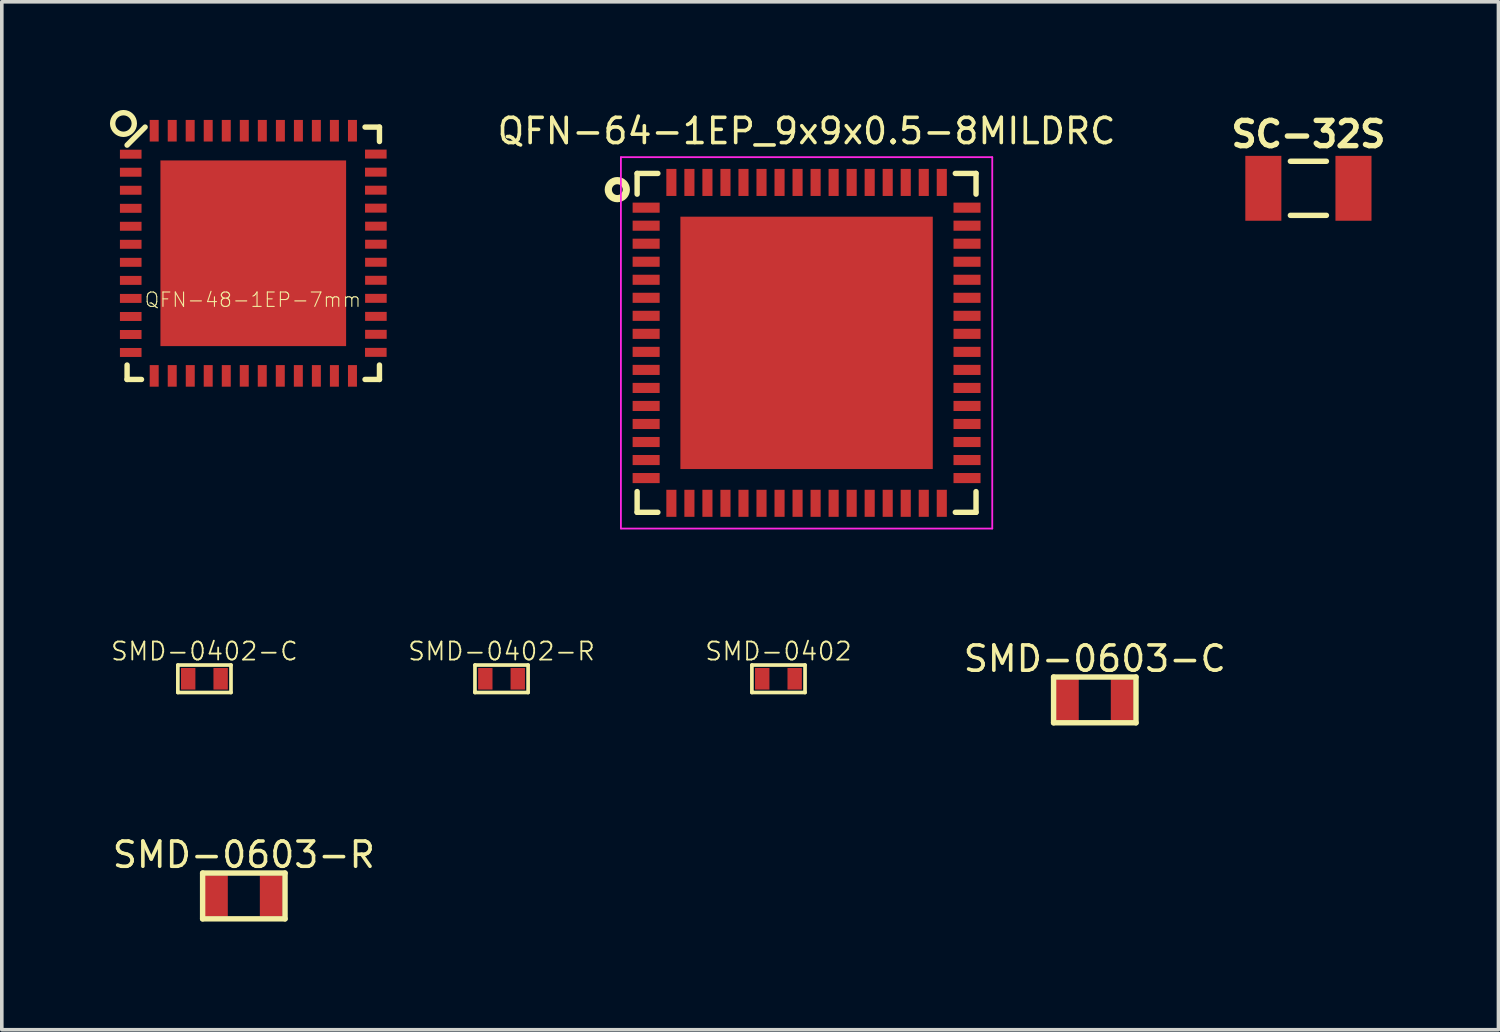
<source format=kicad_pcb>
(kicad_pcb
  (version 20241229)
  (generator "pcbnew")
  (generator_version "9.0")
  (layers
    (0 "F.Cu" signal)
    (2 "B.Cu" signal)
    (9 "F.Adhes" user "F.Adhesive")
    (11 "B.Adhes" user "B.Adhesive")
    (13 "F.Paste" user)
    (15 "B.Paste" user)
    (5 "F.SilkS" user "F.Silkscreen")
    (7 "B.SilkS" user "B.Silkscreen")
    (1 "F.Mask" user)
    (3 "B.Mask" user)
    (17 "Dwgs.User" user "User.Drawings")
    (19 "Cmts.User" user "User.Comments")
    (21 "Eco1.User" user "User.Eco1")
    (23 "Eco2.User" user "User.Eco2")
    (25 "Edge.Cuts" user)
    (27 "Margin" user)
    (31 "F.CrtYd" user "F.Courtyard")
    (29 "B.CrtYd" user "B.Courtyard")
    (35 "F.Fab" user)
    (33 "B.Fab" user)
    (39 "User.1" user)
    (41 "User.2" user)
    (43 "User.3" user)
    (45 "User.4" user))
  (footprint "QFN-48-1EP-7mm"
    (layer "F.Cu")
    (at 3.975 3.975)
    (property "Reference" "QFN-48-1EP-7mm" (at -0.01 1.29 0) (layer "F.SilkS") (effects (font (size 0.4 0.4) (thickness 0.03))))
    (attr smd)
    (fp_line (start -3.5 3.1) (end -3.5 3.5) (stroke (width 0.15) (type solid)) (layer "F.SilkS"))
    (fp_line (start -3.5 3.5) (end -3.1 3.5) (stroke (width 0.15) (type solid)) (layer "F.SilkS"))
    (fp_line (start -3 -3.5) (end -3.5 -3) (stroke (width 0.15) (type solid)) (layer "F.SilkS"))
    (fp_line (start 3.1 -3.5) (end 3.5 -3.5) (stroke (width 0.15) (type solid)) (layer "F.SilkS"))
    (fp_line (start 3.5 -3.5) (end 3.5 -3.1) (stroke (width 0.15) (type solid)) (layer "F.SilkS"))
    (fp_line (start 3.5 3.1) (end 3.5 3.5) (stroke (width 0.15) (type solid)) (layer "F.SilkS"))
    (fp_line (start 3.5 3.5) (end 3.1 3.5) (stroke (width 0.15) (type solid)) (layer "F.SilkS"))
    (fp_circle (center -3.6 -3.6) (end -3.6 -3.9) (stroke (width 0.15) (type solid)) (fill no) (layer "F.SilkS"))
    (pad "1" smd rect (at -3.399 -2.748) (size 0.599 0.249) (layers "F.Cu" "F.Mask" "F.Paste"))
    (pad "2" smd rect (at -3.399 -2.248) (size 0.599 0.249) (layers "F.Cu" "F.Mask" "F.Paste"))
    (pad "3" smd rect (at -3.399 -1.748) (size 0.599 0.249) (layers "F.Cu" "F.Mask" "F.Paste"))
    (pad "4" smd rect (at -3.399 -1.247) (size 0.599 0.249) (layers "F.Cu" "F.Mask" "F.Paste"))
    (pad "5" smd rect (at -3.399 -0.749) (size 0.599 0.249) (layers "F.Cu" "F.Mask" "F.Paste"))
    (pad "6" smd rect (at -3.399 -0.249) (size 0.599 0.249) (layers "F.Cu" "F.Mask" "F.Paste"))
    (pad "7" smd rect (at -3.399 0.251) (size 0.599 0.249) (layers "F.Cu" "F.Mask" "F.Paste"))
    (pad "8" smd rect (at -3.399 0.752) (size 0.599 0.249) (layers "F.Cu" "F.Mask" "F.Paste"))
    (pad "9" smd rect (at -3.399 1.252) (size 0.599 0.249) (layers "F.Cu" "F.Mask" "F.Paste"))
    (pad "10" smd rect (at -3.399 1.753) (size 0.599 0.249) (layers "F.Cu" "F.Mask" "F.Paste"))
    (pad "11" smd rect (at -3.399 2.253) (size 0.599 0.249) (layers "F.Cu" "F.Mask" "F.Paste"))
    (pad "12" smd rect (at -3.399 2.751) (size 0.599 0.249) (layers "F.Cu" "F.Mask" "F.Paste"))
    (pad "13" smd rect (at -2.748 3.401) (size 0.249 0.599) (layers "F.Cu" "F.Mask" "F.Paste"))
    (pad "14" smd rect (at -2.248 3.401) (size 0.249 0.599) (layers "F.Cu" "F.Mask" "F.Paste"))
    (pad "15" smd rect (at -1.748 3.401) (size 0.249 0.599) (layers "F.Cu" "F.Mask" "F.Paste"))
    (pad "16" smd rect (at -1.25 3.401) (size 0.249 0.599) (layers "F.Cu" "F.Mask" "F.Paste"))
    (pad "17" smd rect (at -0.749 3.401) (size 0.249 0.599) (layers "F.Cu" "F.Mask" "F.Paste"))
    (pad "18" smd rect (at -0.25 3.4) (size 0.249 0.599) (layers "F.Cu" "F.Mask" "F.Paste"))
    (pad "19" smd rect (at 0.249 3.401) (size 0.249 0.599) (layers "F.Cu" "F.Mask" "F.Paste"))
    (pad "20" smd rect (at 0.749 3.401) (size 0.249 0.599) (layers "F.Cu" "F.Mask" "F.Paste"))
    (pad "21" smd rect (at 1.25 3.401) (size 0.249 0.599) (layers "F.Cu" "F.Mask" "F.Paste"))
    (pad "22" smd rect (at 1.75 3.401) (size 0.249 0.599) (layers "F.Cu" "F.Mask" "F.Paste"))
    (pad "23" smd rect (at 2.25 3.401) (size 0.249 0.599) (layers "F.Cu" "F.Mask" "F.Paste"))
    (pad "24" smd rect (at 2.751 3.401) (size 0.249 0.599) (layers "F.Cu" "F.Mask" "F.Paste"))
    (pad "25" smd rect (at 3.399 2.748) (size 0.599 0.249) (layers "F.Cu" "F.Mask" "F.Paste"))
    (pad "26" smd rect (at 3.401 2.248) (size 0.599 0.249) (layers "F.Cu" "F.Mask" "F.Paste"))
    (pad "27" smd rect (at 3.401 1.75) (size 0.599 0.249) (layers "F.Cu" "F.Mask" "F.Paste"))
    (pad "28" smd rect (at 3.401 1.25) (size 0.599 0.249) (layers "F.Cu" "F.Mask" "F.Paste"))
    (pad "29" smd rect (at 3.401 0.749) (size 0.599 0.249) (layers "F.Cu" "F.Mask" "F.Paste"))
    (pad "30" smd rect (at 3.401 0.249) (size 0.599 0.249) (layers "F.Cu" "F.Mask" "F.Paste"))
    (pad "31" smd rect (at 3.401 -0.251) (size 0.599 0.249) (layers "F.Cu" "F.Mask" "F.Paste"))
    (pad "32" smd rect (at 3.401 -0.752) (size 0.599 0.249) (layers "F.Cu" "F.Mask" "F.Paste"))
    (pad "33" smd rect (at 3.399 -1.252) (size 0.599 0.249) (layers "F.Cu" "F.Mask" "F.Paste"))
    (pad "34" smd rect (at 3.399 -1.75) (size 0.599 0.249) (layers "F.Cu" "F.Mask" "F.Paste"))
    (pad "35" smd rect (at 3.399 -2.25) (size 0.599 0.249) (layers "F.Cu" "F.Mask" "F.Paste"))
    (pad "36" smd rect (at 3.399 -2.751) (size 0.599 0.249) (layers "F.Cu" "F.Mask" "F.Paste"))
    (pad "37" smd rect (at 2.751 -3.399) (size 0.249 0.599) (layers "F.Cu" "F.Mask" "F.Paste"))
    (pad "38" smd rect (at 2.25 -3.399) (size 0.249 0.599) (layers "F.Cu" "F.Mask" "F.Paste"))
    (pad "39" smd rect (at 1.75 -3.399) (size 0.249 0.599) (layers "F.Cu" "F.Mask" "F.Paste"))
    (pad "40" smd rect (at 1.252 -3.399) (size 0.249 0.599) (layers "F.Cu" "F.Mask" "F.Paste"))
    (pad "41" smd rect (at 0.752 -3.399) (size 0.249 0.599) (layers "F.Cu" "F.Mask" "F.Paste"))
    (pad "42" smd rect (at 0.251 -3.399) (size 0.249 0.599) (layers "F.Cu" "F.Mask" "F.Paste"))
    (pad "43" smd rect (at -0.249 -3.399) (size 0.249 0.599) (layers "F.Cu" "F.Mask" "F.Paste"))
    (pad "44" smd rect (at -0.749 -3.399) (size 0.249 0.599) (layers "F.Cu" "F.Mask" "F.Paste"))
    (pad "45" smd rect (at -1.25 -3.399) (size 0.249 0.599) (layers "F.Cu" "F.Mask" "F.Paste"))
    (pad "46" smd rect (at -1.75 -3.399) (size 0.249 0.599) (layers "F.Cu" "F.Mask" "F.Paste"))
    (pad "47" smd rect (at -2.248 -3.399) (size 0.249 0.599) (layers "F.Cu" "F.Mask" "F.Paste"))
    (pad "48" smd rect (at -2.748 -3.399) (size 0.249 0.599) (layers "F.Cu" "F.Mask" "F.Paste"))
    (pad "49" smd rect (at 0 0 270) (size 5.15 5.15) (layers "F.Cu" "F.Mask" "F.Paste")))
  (footprint "SMD-0603-C"
    (layer "F.Cu")
    (at 27.316 16.363)
    (property "Reference" "SMD-0603-C" (at 0 -1.143 0) (layer "F.SilkS") (effects (font (size 0.7 0.7) (thickness 0.1))))
    (attr smd)
    (fp_line (start -1.143 -0.635) (end 1.143 -0.635) (stroke (width 0.15) (type solid)) (layer "F.SilkS"))
    (fp_line (start -1.143 0.635) (end -1.143 -0.635) (stroke (width 0.15) (type solid)) (layer "F.SilkS"))
    (fp_line (start 1.143 -0.635) (end 1.143 0.635) (stroke (width 0.15) (type solid)) (layer "F.SilkS"))
    (fp_line (start 1.143 0.635) (end -1.143 0.635) (stroke (width 0.15) (type solid)) (layer "F.SilkS"))
    (pad "1" smd rect (at -0.762 0) (size 0.635 1.143) (layers "F.Cu" "F.Mask" "F.Paste"))
    (pad "2" smd rect (at 0.762 0) (size 0.635 1.143) (layers "F.Cu" "F.Mask" "F.Paste")))
  (footprint "SMD-0402-R"
    (layer "F.Cu")
    (at 10.861 15.777)
    (property "Reference" "SMD-0402-R" (at 0 -0.762 0) (layer "F.SilkS") (effects (font (size 0.5 0.5) (thickness 0.05))))
    (attr smd)
    (fp_line (start -0.737 -0.381) (end -0.737 0.356) (stroke (width 0.102) (type solid)) (layer "F.SilkS"))
    (fp_line (start -0.737 0.356) (end -0.737 0.381) (stroke (width 0.102) (type solid)) (layer "F.SilkS"))
    (fp_line (start -0.737 0.381) (end 0.737 0.381) (stroke (width 0.102) (type solid)) (layer "F.SilkS"))
    (fp_line (start 0.737 -0.381) (end -0.737 -0.381) (stroke (width 0.102) (type solid)) (layer "F.SilkS"))
    (fp_line (start 0.737 0.381) (end 0.737 -0.381) (stroke (width 0.102) (type solid)) (layer "F.SilkS"))
    (pad "1" smd rect (at -0.45 0) (size 0.399 0.599) (layers "F.Cu" "F.Mask" "F.Paste"))
    (pad "2" smd rect (at 0.45 0) (size 0.399 0.599) (layers "F.Cu" "F.Mask" "F.Paste")))
  (footprint "SMD-0402-C"
    (layer "F.Cu")
    (at 2.62 15.777)
    (property "Reference" "SMD-0402-C" (at 0 -0.762 0) (layer "F.SilkS") (effects (font (size 0.5 0.5) (thickness 0.05))))
    (attr smd)
    (fp_line (start -0.737 -0.381) (end -0.737 0.356) (stroke (width 0.102) (type solid)) (layer "F.SilkS"))
    (fp_line (start -0.737 0.356) (end -0.737 0.381) (stroke (width 0.102) (type solid)) (layer "F.SilkS"))
    (fp_line (start -0.737 0.381) (end 0.737 0.381) (stroke (width 0.102) (type solid)) (layer "F.SilkS"))
    (fp_line (start 0.737 -0.381) (end -0.737 -0.381) (stroke (width 0.102) (type solid)) (layer "F.SilkS"))
    (fp_line (start 0.737 0.381) (end 0.737 -0.381) (stroke (width 0.102) (type solid)) (layer "F.SilkS"))
    (pad "1" smd rect (at -0.45 0) (size 0.399 0.599) (layers "F.Cu" "F.Mask" "F.Paste"))
    (pad "2" smd rect (at 0.45 0) (size 0.399 0.599) (layers "F.Cu" "F.Mask" "F.Paste")))
  (footprint "SMD-0603-R"
    (layer "F.Cu")
    (at 3.713 21.801)
    (property "Reference" "SMD-0603-R" (at 0 -1.143 0) (layer "F.SilkS") (effects (font (size 0.7 0.7) (thickness 0.1))))
    (attr smd)
    (fp_line (start -1.143 -0.635) (end 1.143 -0.635) (stroke (width 0.15) (type solid)) (layer "F.SilkS"))
    (fp_line (start -1.143 0.635) (end -1.143 -0.635) (stroke (width 0.15) (type solid)) (layer "F.SilkS"))
    (fp_line (start 1.143 -0.635) (end 1.143 0.635) (stroke (width 0.15) (type solid)) (layer "F.SilkS"))
    (fp_line (start 1.143 0.635) (end -1.143 0.635) (stroke (width 0.15) (type solid)) (layer "F.SilkS"))
    (pad "1" smd rect (at -0.762 0) (size 0.635 1.143) (layers "F.Cu" "F.Mask" "F.Paste"))
    (pad "2" smd rect (at 0.762 0) (size 0.635 1.143) (layers "F.Cu" "F.Mask" "F.Paste")))
  (footprint "QFN-64-1EP_9x9x0.5-8MILDRC"
    (layer "F.Cu")
    (at 19.322 6.46)
    (property "Reference" "QFN-64-1EP_9x9x0.5-8MILDRC" (at 0 -5.875 0) (layer "F.SilkS") (effects (font (size 0.7 0.7) (thickness 0.1))))
    (attr smd)
    (fp_line (start -4.7 -4.7) (end -4.7 -4.125) (stroke (width 0.15) (type solid)) (layer "F.SilkS"))
    (fp_line (start -4.7 -4.7) (end -4.125 -4.7) (stroke (width 0.15) (type solid)) (layer "F.SilkS"))
    (fp_line (start -4.7 4.7) (end -4.7 4.125) (stroke (width 0.15) (type solid)) (layer "F.SilkS"))
    (fp_line (start -4.7 4.7) (end -4.125 4.7) (stroke (width 0.15) (type solid)) (layer "F.SilkS"))
    (fp_line (start 4.7 -4.7) (end 4.125 -4.7) (stroke (width 0.15) (type solid)) (layer "F.SilkS"))
    (fp_line (start 4.7 -4.7) (end 4.7 -4.125) (stroke (width 0.15) (type solid)) (layer "F.SilkS"))
    (fp_line (start 4.7 4.7) (end 4.125 4.7) (stroke (width 0.15) (type solid)) (layer "F.SilkS"))
    (fp_line (start 4.7 4.7) (end 4.7 4.125) (stroke (width 0.15) (type solid)) (layer "F.SilkS"))
    (fp_circle (center -5.25 -4.25) (end -5 -4.25) (stroke (width 0.2) (type solid)) (fill no) (layer "F.SilkS"))
    (fp_line (start -5.15 -5.15) (end -5.15 5.15) (stroke (width 0.05) (type solid)) (layer "F.CrtYd"))
    (fp_line (start -5.15 -5.15) (end 5.15 -5.15) (stroke (width 0.05) (type solid)) (layer "F.CrtYd"))
    (fp_line (start -5.15 5.15) (end 5.15 5.15) (stroke (width 0.05) (type solid)) (layer "F.CrtYd"))
    (fp_line (start 5.15 -5.15) (end 5.15 5.15) (stroke (width 0.05) (type solid)) (layer "F.CrtYd"))
    (pad "1" smd rect (at -4.45 -3.75) (size 0.75 0.28) (layers "F.Cu" "F.Mask" "F.Paste"))
    (pad "2" smd rect (at -4.45 -3.25) (size 0.75 0.28) (layers "F.Cu" "F.Mask" "F.Paste"))
    (pad "3" smd rect (at -4.45 -2.75) (size 0.75 0.28) (layers "F.Cu" "F.Mask" "F.Paste"))
    (pad "4" smd rect (at -4.45 -2.25) (size 0.75 0.28) (layers "F.Cu" "F.Mask" "F.Paste"))
    (pad "5" smd rect (at -4.45 -1.75) (size 0.75 0.28) (layers "F.Cu" "F.Mask" "F.Paste"))
    (pad "6" smd rect (at -4.45 -1.25) (size 0.75 0.28) (layers "F.Cu" "F.Mask" "F.Paste"))
    (pad "7" smd rect (at -4.45 -0.75) (size 0.75 0.28) (layers "F.Cu" "F.Mask" "F.Paste"))
    (pad "8" smd rect (at -4.45 -0.25) (size 0.75 0.28) (layers "F.Cu" "F.Mask" "F.Paste"))
    (pad "9" smd rect (at -4.45 0.25) (size 0.75 0.28) (layers "F.Cu" "F.Mask" "F.Paste"))
    (pad "10" smd rect (at -4.45 0.75) (size 0.75 0.28) (layers "F.Cu" "F.Mask" "F.Paste"))
    (pad "11" smd rect (at -4.45 1.25) (size 0.75 0.28) (layers "F.Cu" "F.Mask" "F.Paste"))
    (pad "12" smd rect (at -4.45 1.75) (size 0.75 0.28) (layers "F.Cu" "F.Mask" "F.Paste"))
    (pad "13" smd rect (at -4.45 2.25) (size 0.75 0.28) (layers "F.Cu" "F.Mask" "F.Paste"))
    (pad "14" smd rect (at -4.45 2.75) (size 0.75 0.28) (layers "F.Cu" "F.Mask" "F.Paste"))
    (pad "15" smd rect (at -4.45 3.25) (size 0.75 0.28) (layers "F.Cu" "F.Mask" "F.Paste"))
    (pad "16" smd rect (at -4.45 3.75) (size 0.75 0.28) (layers "F.Cu" "F.Mask" "F.Paste"))
    (pad "17" smd rect (at -3.75 4.45 90) (size 0.75 0.28) (layers "F.Cu" "F.Mask" "F.Paste"))
    (pad "18" smd rect (at -3.25 4.45 90) (size 0.75 0.28) (layers "F.Cu" "F.Mask" "F.Paste"))
    (pad "19" smd rect (at -2.75 4.45 90) (size 0.75 0.28) (layers "F.Cu" "F.Mask" "F.Paste"))
    (pad "20" smd rect (at -2.25 4.45 90) (size 0.75 0.28) (layers "F.Cu" "F.Mask" "F.Paste"))
    (pad "21" smd rect (at -1.75 4.45 90) (size 0.75 0.28) (layers "F.Cu" "F.Mask" "F.Paste"))
    (pad "22" smd rect (at -1.25 4.45 90) (size 0.75 0.28) (layers "F.Cu" "F.Mask" "F.Paste"))
    (pad "23" smd rect (at -0.75 4.45 90) (size 0.75 0.28) (layers "F.Cu" "F.Mask" "F.Paste"))
    (pad "24" smd rect (at -0.25 4.45 90) (size 0.75 0.28) (layers "F.Cu" "F.Mask" "F.Paste"))
    (pad "25" smd rect (at 0.25 4.45 90) (size 0.75 0.28) (layers "F.Cu" "F.Mask" "F.Paste"))
    (pad "26" smd rect (at 0.75 4.45 90) (size 0.75 0.28) (layers "F.Cu" "F.Mask" "F.Paste"))
    (pad "27" smd rect (at 1.25 4.45 90) (size 0.75 0.28) (layers "F.Cu" "F.Mask" "F.Paste"))
    (pad "28" smd rect (at 1.75 4.45 90) (size 0.75 0.28) (layers "F.Cu" "F.Mask" "F.Paste"))
    (pad "29" smd rect (at 2.25 4.45 90) (size 0.75 0.28) (layers "F.Cu" "F.Mask" "F.Paste"))
    (pad "30" smd rect (at 2.75 4.45 90) (size 0.75 0.28) (layers "F.Cu" "F.Mask" "F.Paste"))
    (pad "31" smd rect (at 3.25 4.45 90) (size 0.75 0.28) (layers "F.Cu" "F.Mask" "F.Paste"))
    (pad "32" smd rect (at 3.75 4.45 90) (size 0.75 0.28) (layers "F.Cu" "F.Mask" "F.Paste"))
    (pad "33" smd rect (at 4.45 3.75) (size 0.75 0.28) (layers "F.Cu" "F.Mask" "F.Paste"))
    (pad "34" smd rect (at 4.45 3.25) (size 0.75 0.28) (layers "F.Cu" "F.Mask" "F.Paste"))
    (pad "35" smd rect (at 4.45 2.75) (size 0.75 0.28) (layers "F.Cu" "F.Mask" "F.Paste"))
    (pad "36" smd rect (at 4.45 2.25) (size 0.75 0.28) (layers "F.Cu" "F.Mask" "F.Paste"))
    (pad "37" smd rect (at 4.45 1.75) (size 0.75 0.28) (layers "F.Cu" "F.Mask" "F.Paste"))
    (pad "38" smd rect (at 4.45 1.25) (size 0.75 0.28) (layers "F.Cu" "F.Mask" "F.Paste"))
    (pad "39" smd rect (at 4.45 0.75) (size 0.75 0.28) (layers "F.Cu" "F.Mask" "F.Paste"))
    (pad "40" smd rect (at 4.45 0.25) (size 0.75 0.28) (layers "F.Cu" "F.Mask" "F.Paste"))
    (pad "41" smd rect (at 4.45 -0.25) (size 0.75 0.28) (layers "F.Cu" "F.Mask" "F.Paste"))
    (pad "42" smd rect (at 4.45 -0.75) (size 0.75 0.28) (layers "F.Cu" "F.Mask" "F.Paste"))
    (pad "43" smd rect (at 4.45 -1.25) (size 0.75 0.28) (layers "F.Cu" "F.Mask" "F.Paste"))
    (pad "44" smd rect (at 4.45 -1.75) (size 0.75 0.28) (layers "F.Cu" "F.Mask" "F.Paste"))
    (pad "45" smd rect (at 4.45 -2.25) (size 0.75 0.28) (layers "F.Cu" "F.Mask" "F.Paste"))
    (pad "46" smd rect (at 4.45 -2.75) (size 0.75 0.28) (layers "F.Cu" "F.Mask" "F.Paste"))
    (pad "47" smd rect (at 4.45 -3.25) (size 0.75 0.28) (layers "F.Cu" "F.Mask" "F.Paste"))
    (pad "48" smd rect (at 4.45 -3.75) (size 0.75 0.28) (layers "F.Cu" "F.Mask" "F.Paste"))
    (pad "49" smd rect (at 3.75 -4.45 90) (size 0.75 0.28) (layers "F.Cu" "F.Mask" "F.Paste"))
    (pad "50" smd rect (at 3.25 -4.45 90) (size 0.75 0.28) (layers "F.Cu" "F.Mask" "F.Paste"))
    (pad "51" smd rect (at 2.75 -4.45 90) (size 0.75 0.28) (layers "F.Cu" "F.Mask" "F.Paste"))
    (pad "52" smd rect (at 2.25 -4.45 90) (size 0.75 0.28) (layers "F.Cu" "F.Mask" "F.Paste"))
    (pad "53" smd rect (at 1.75 -4.45 90) (size 0.75 0.28) (layers "F.Cu" "F.Mask" "F.Paste"))
    (pad "54" smd rect (at 1.25 -4.45 90) (size 0.75 0.28) (layers "F.Cu" "F.Mask" "F.Paste"))
    (pad "55" smd rect (at 0.75 -4.45 90) (size 0.75 0.28) (layers "F.Cu" "F.Mask" "F.Paste"))
    (pad "56" smd rect (at 0.25 -4.45 90) (size 0.75 0.28) (layers "F.Cu" "F.Mask" "F.Paste"))
    (pad "57" smd rect (at -0.25 -4.45 90) (size 0.75 0.28) (layers "F.Cu" "F.Mask" "F.Paste"))
    (pad "58" smd rect (at -0.75 -4.45 90) (size 0.75 0.28) (layers "F.Cu" "F.Mask" "F.Paste"))
    (pad "59" smd rect (at -1.25 -4.45 90) (size 0.75 0.28) (layers "F.Cu" "F.Mask" "F.Paste"))
    (pad "60" smd rect (at -1.75 -4.45 90) (size 0.75 0.28) (layers "F.Cu" "F.Mask" "F.Paste"))
    (pad "61" smd rect (at -2.25 -4.45 90) (size 0.75 0.28) (layers "F.Cu" "F.Mask" "F.Paste"))
    (pad "62" smd rect (at -2.75 -4.45 90) (size 0.75 0.28) (layers "F.Cu" "F.Mask" "F.Paste"))
    (pad "63" smd rect (at -3.25 -4.45 90) (size 0.75 0.28) (layers "F.Cu" "F.Mask" "F.Paste"))
    (pad "64" smd rect (at -3.75 -4.45 90) (size 0.75 0.28) (layers "F.Cu" "F.Mask" "F.Paste"))
    (pad "65" smd rect (at -2.25 -2.25) (size 2.1 2.1) (layers "F.Cu" "F.Paste"))
    (pad "65" smd rect (at -2.25 0) (size 2.1 2.1) (layers "F.Cu" "F.Paste"))
    (pad "65" smd rect (at -2.25 2.25) (size 2.1 2.1) (layers "F.Cu" "F.Paste"))
    (pad "65" smd rect (at 0 -2.25) (size 2.1 2.1) (layers "F.Cu" "F.Paste"))
    (pad "65" smd rect (at 0 0) (size 2.1 2.1) (layers "F.Cu" "F.Paste"))
    (pad "65" smd rect (at 0 0) (size 7 7) (layers "F.Cu" "F.Mask"))
    (pad "65" smd rect (at 0 2.25 90) (size 2.1 2.1) (layers "F.Cu" "F.Paste"))
    (pad "65" smd rect (at 2.25 -2.25) (size 2.1 2.1) (layers "F.Cu" "F.Paste"))
    (pad "65" smd rect (at 2.25 0) (size 2.1 2.1) (layers "F.Cu" "F.Paste"))
    (pad "65" smd rect (at 2.25 2.25) (size 2.1 2.1) (layers "F.Cu" "F.Paste")))
  (footprint "SMD-0402"
    (layer "F.Cu")
    (at 18.542 15.777)
    (property "Reference" "SMD-0402" (at 0 -0.762 0) (layer "F.SilkS") (effects (font (size 0.5 0.5) (thickness 0.05))))
    (attr smd)
    (fp_line (start -0.737 -0.381) (end -0.737 0.356) (stroke (width 0.102) (type solid)) (layer "F.SilkS"))
    (fp_line (start -0.737 0.356) (end -0.737 0.381) (stroke (width 0.102) (type solid)) (layer "F.SilkS"))
    (fp_line (start -0.737 0.381) (end 0.737 0.381) (stroke (width 0.102) (type solid)) (layer "F.SilkS"))
    (fp_line (start 0.737 -0.381) (end -0.737 -0.381) (stroke (width 0.102) (type solid)) (layer "F.SilkS"))
    (fp_line (start 0.737 0.381) (end 0.737 -0.381) (stroke (width 0.102) (type solid)) (layer "F.SilkS"))
    (pad "1" smd rect (at -0.45 0) (size 0.399 0.599) (layers "F.Cu" "F.Mask" "F.Paste"))
    (pad "2" smd rect (at 0.45 0) (size 0.399 0.599) (layers "F.Cu" "F.Mask" "F.Paste")))
  (footprint "SC-32S"
    (layer "F.Cu")
    (at 33.241 2.173)
    (property "Reference" "SC-32S" (at 0 -1.5 0) (layer "F.SilkS") (effects (font (size 0.7 0.7) (thickness 0.15))))
    (attr through_hole)
    (fp_line (start -0.5 -0.75) (end 0.5 -0.75) (stroke (width 0.15) (type solid)) (layer "F.SilkS"))
    (fp_line (start -0.5 0.75) (end 0.5 0.75) (stroke (width 0.15) (type solid)) (layer "F.SilkS"))
    (pad "1" smd rect (at -1.25 0) (size 1 1.8) (layers "F.Cu" "F.Mask" "F.Paste"))
    (pad "2" smd rect (at 1.25 0) (size 1 1.8) (layers "F.Cu" "F.Mask" "F.Paste")))
  (gr_rect
    (start -3 -3)
    (end 38.512 25.511)
    (stroke (width 0.1) (type default))
    (fill no)
    (layer "Edge.Cuts")))
</source>
